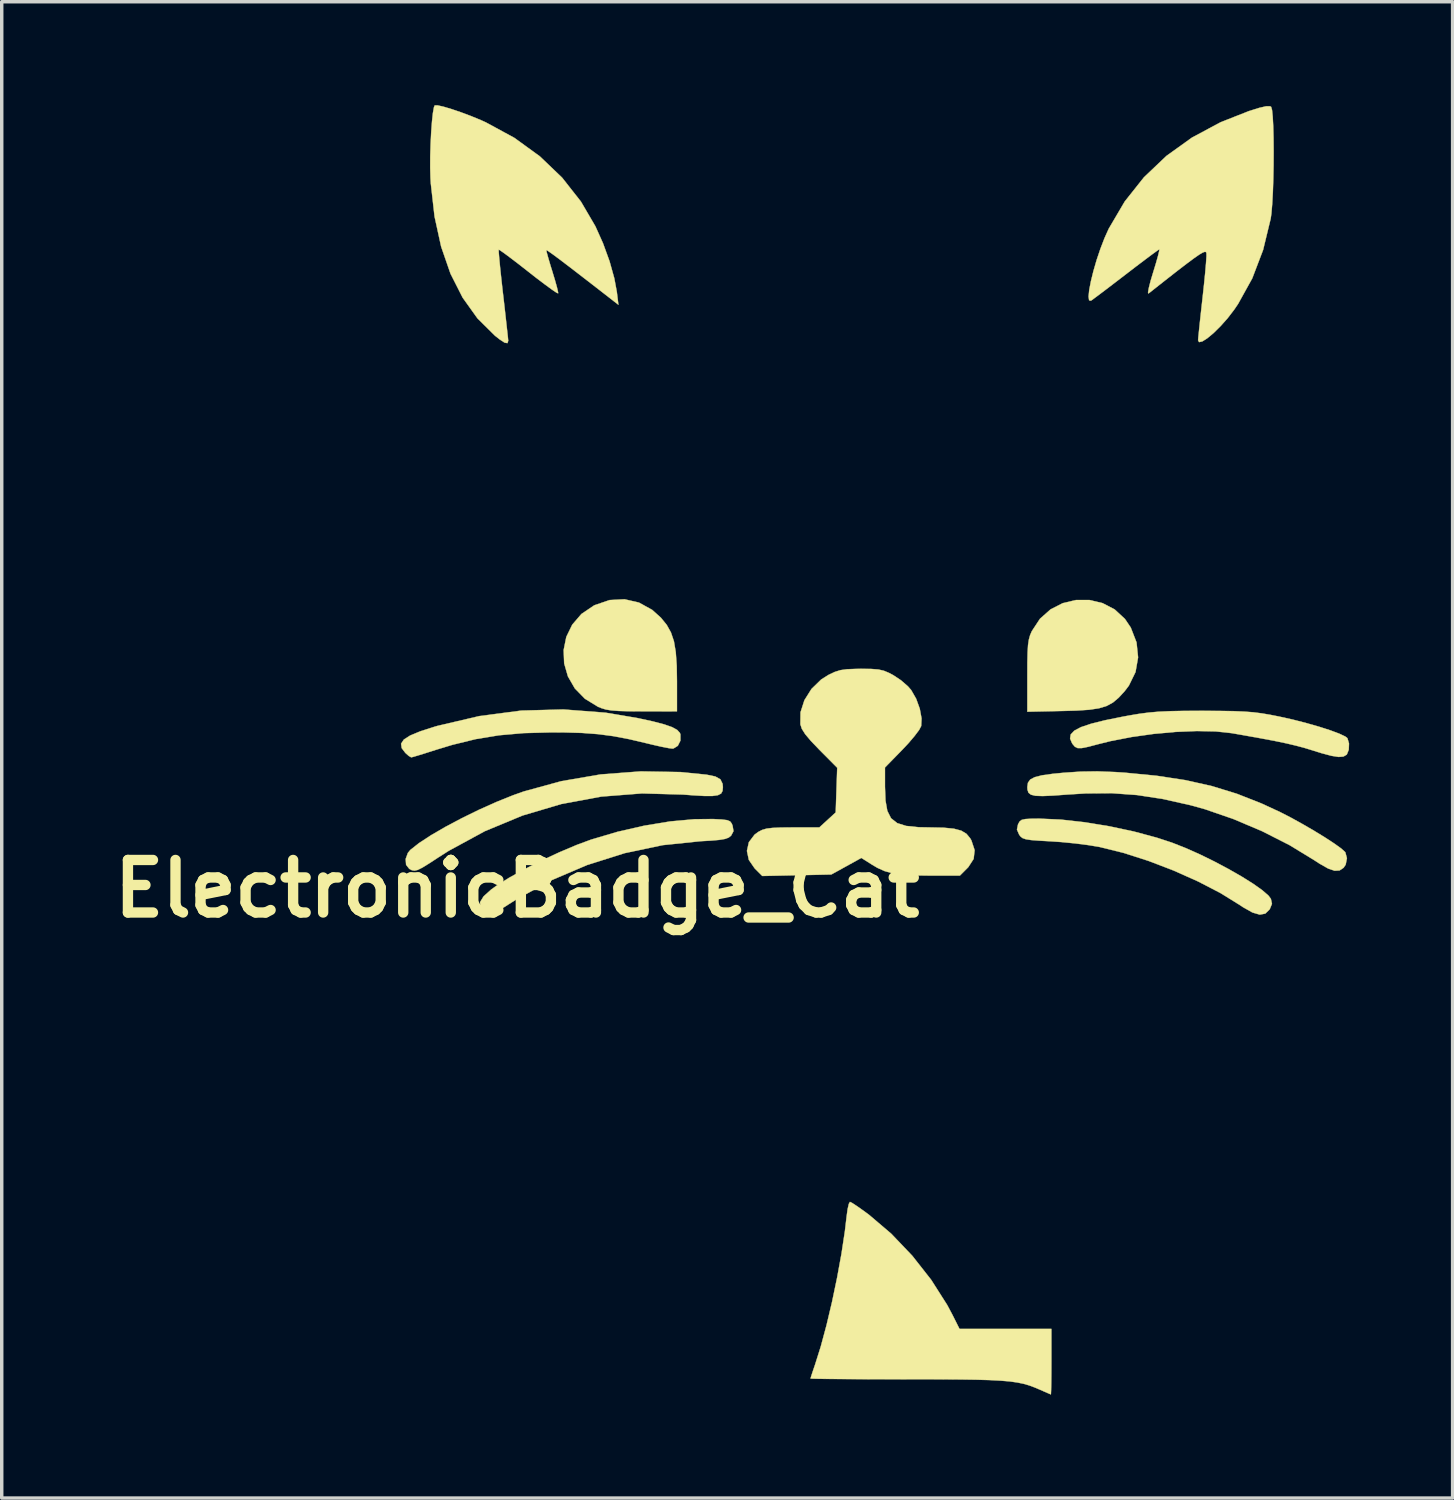
<source format=kicad_pcb>
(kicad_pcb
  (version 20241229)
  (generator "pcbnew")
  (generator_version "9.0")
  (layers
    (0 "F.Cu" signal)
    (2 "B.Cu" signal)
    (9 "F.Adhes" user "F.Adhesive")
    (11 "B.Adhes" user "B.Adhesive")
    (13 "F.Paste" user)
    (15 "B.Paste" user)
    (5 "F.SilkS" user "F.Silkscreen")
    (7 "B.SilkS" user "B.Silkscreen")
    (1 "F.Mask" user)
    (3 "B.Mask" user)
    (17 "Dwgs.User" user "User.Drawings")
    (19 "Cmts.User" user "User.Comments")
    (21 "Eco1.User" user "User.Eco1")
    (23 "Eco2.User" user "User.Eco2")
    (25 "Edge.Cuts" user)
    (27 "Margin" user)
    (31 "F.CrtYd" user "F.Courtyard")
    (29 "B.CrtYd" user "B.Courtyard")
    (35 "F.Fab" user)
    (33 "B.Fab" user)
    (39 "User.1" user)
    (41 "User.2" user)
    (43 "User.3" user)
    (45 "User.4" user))
  (footprint "ElectronicBadge_Cat"
    (layer "F.Cu")
    (at 11.945 22.722)
    (property "Reference" "ElectronicBadge_Cat" (at 0 0 0) (layer "F.SilkS") (effects (font (size 1.524 1.524) (thickness 0.3))))
    (attr through_hole)
    (fp_poly (pts (xy 3.534 -8.298) (xy 3.918 -8.086) (xy 4.171 -7.858) (xy 4.339 -7.651) (xy 4.462 -7.431) (xy 4.548 -7.176) (xy 4.601 -6.862) (xy 4.629 -6.466) (xy 4.636 -6.021) (xy 4.636 -5.144) (xy 3.635 -5.145) (xy 3.241 -5.147) (xy 2.95 -5.155) (xy 2.736 -5.171) (xy 2.575 -5.197) (xy 2.444 -5.237) (xy 2.349 -5.275) (xy 1.967 -5.509) (xy 1.674 -5.809) (xy 1.474 -6.157) (xy 1.365 -6.534) (xy 1.35 -6.922) (xy 1.427 -7.303) (xy 1.599 -7.657) (xy 1.865 -7.967) (xy 2.227 -8.212) (xy 2.251 -8.224) (xy 2.683 -8.371) (xy 3.116 -8.394) (xy 3.534 -8.298)) (stroke (width 0.01) (type solid)) (fill yes) (layer "F.SilkS"))
    (fp_poly (pts (xy 16.978 -8.282) (xy 17.328 -8.1) (xy 17.626 -7.825) (xy 17.796 -7.573) (xy 17.963 -7.143) (xy 18.008 -6.708) (xy 17.934 -6.285) (xy 17.741 -5.89) (xy 17.617 -5.727) (xy 17.445 -5.54) (xy 17.279 -5.4) (xy 17.096 -5.3) (xy 16.874 -5.233) (xy 16.589 -5.19) (xy 16.219 -5.166) (xy 15.827 -5.155) (xy 14.796 -5.133) (xy 14.796 -6.166) (xy 14.797 -6.562) (xy 14.804 -6.855) (xy 14.817 -7.069) (xy 14.841 -7.226) (xy 14.876 -7.352) (xy 14.926 -7.468) (xy 14.928 -7.472) (xy 15.164 -7.83) (xy 15.469 -8.1) (xy 15.823 -8.281) (xy 16.206 -8.372) (xy 16.598 -8.372) (xy 16.978 -8.282)) (stroke (width 0.01) (type solid)) (fill yes) (layer "F.SilkS"))
    (fp_poly (pts (xy 4.741 -3.383) (xy 5.497 -3.307) (xy 5.748 -3.255) (xy 5.895 -3.173) (xy 5.959 -3.043) (xy 5.968 -2.945) (xy 5.958 -2.837) (xy 5.916 -2.76) (xy 5.824 -2.713) (xy 5.667 -2.69) (xy 5.427 -2.69) (xy 5.089 -2.71) (xy 4.811 -2.731) (xy 3.621 -2.764) (xy 2.442 -2.672) (xy 1.284 -2.457) (xy 0.155 -2.122) (xy -0.936 -1.669) (xy -1.981 -1.101) (xy -2.272 -0.916) (xy -2.551 -0.734) (xy -2.747 -0.613) (xy -2.881 -0.546) (xy -2.975 -0.524) (xy -3.051 -0.537) (xy -3.127 -0.577) (xy -3.219 -0.694) (xy -3.231 -0.864) (xy -3.167 -1.039) (xy -3.096 -1.125) (xy -2.844 -1.324) (xy -2.495 -1.552) (xy -2.073 -1.797) (xy -1.601 -2.047) (xy -1.103 -2.291) (xy -0.6 -2.516) (xy -0.118 -2.71) (xy 0.191 -2.82) (xy 1.282 -3.119) (xy 2.423 -3.315) (xy 3.585 -3.403) (xy 4.741 -3.383)) (stroke (width 0.01) (type solid)) (fill yes) (layer "F.SilkS"))
    (fp_poly (pts (xy 5.935 -2.008) (xy 6.09 -1.989) (xy 6.177 -1.953) (xy 6.224 -1.891) (xy 6.249 -1.828) (xy 6.275 -1.67) (xy 6.209 -1.544) (xy 6.202 -1.536) (xy 6.135 -1.483) (xy 6.032 -1.445) (xy 5.868 -1.417) (xy 5.621 -1.395) (xy 5.317 -1.378) (xy 4.221 -1.264) (xy 3.12 -1.032) (xy 2.033 -0.689) (xy 0.981 -0.24) (xy -0.017 0.307) (xy -0.238 0.447) (xy -0.456 0.586) (xy -0.632 0.693) (xy -0.74 0.754) (xy -0.76 0.762) (xy -0.834 0.729) (xy -0.942 0.661) (xy -1.063 0.533) (xy -1.074 0.388) (xy -0.972 0.222) (xy -0.754 0.025) (xy -0.603 -0.084) (xy -0.237 -0.315) (xy 0.216 -0.567) (xy 0.719 -0.822) (xy 1.238 -1.063) (xy 1.736 -1.273) (xy 2.148 -1.425) (xy 2.912 -1.651) (xy 3.686 -1.828) (xy 4.44 -1.952) (xy 5.144 -2.016) (xy 5.682 -2.021) (xy 5.935 -2.008)) (stroke (width 0.01) (type solid)) (fill yes) (layer "F.SilkS"))
    (fp_poly (pts (xy 2.566 -5.105) (xy 3.493 -4.949) (xy 3.934 -4.853) (xy 4.263 -4.767) (xy 4.495 -4.686) (xy 4.642 -4.605) (xy 4.72 -4.519) (xy 4.736 -4.478) (xy 4.736 -4.296) (xy 4.661 -4.145) (xy 4.535 -4.067) (xy 4.502 -4.064) (xy 4.387 -4.079) (xy 4.183 -4.119) (xy 3.923 -4.178) (xy 3.758 -4.218) (xy 3.247 -4.338) (xy 2.79 -4.425) (xy 2.348 -4.483) (xy 1.882 -4.518) (xy 1.352 -4.533) (xy 0.984 -4.534) (xy 0.19 -4.513) (xy -0.524 -4.45) (xy -1.199 -4.339) (xy -1.877 -4.173) (xy -2.346 -4.031) (xy -2.622 -3.943) (xy -2.852 -3.871) (xy -3.011 -3.824) (xy -3.07 -3.81) (xy -3.14 -3.85) (xy -3.239 -3.937) (xy -3.346 -4.078) (xy -3.364 -4.206) (xy -3.284 -4.326) (xy -3.101 -4.443) (xy -2.807 -4.565) (xy -2.396 -4.697) (xy -2.318 -4.72) (xy -1.097 -5.006) (xy 0.122 -5.166) (xy 1.343 -5.199) (xy 2.566 -5.105)) (stroke (width 0.01) (type solid)) (fill yes) (layer "F.SilkS"))
    (fp_poly (pts (xy 15.769 -2.005) (xy 16.452 -1.929) (xy 17.17 -1.812) (xy 17.883 -1.66) (xy 18.552 -1.48) (xy 18.991 -1.336) (xy 19.382 -1.182) (xy 19.798 -0.997) (xy 20.22 -0.79) (xy 20.63 -0.572) (xy 21.011 -0.354) (xy 21.343 -0.146) (xy 21.608 0.042) (xy 21.789 0.199) (xy 21.859 0.293) (xy 21.89 0.437) (xy 21.829 0.586) (xy 21.82 0.601) (xy 21.697 0.721) (xy 21.537 0.751) (xy 21.326 0.69) (xy 21.049 0.534) (xy 20.955 0.471) (xy 20.398 0.126) (xy 19.748 -0.211) (xy 19.04 -0.527) (xy 18.307 -0.808) (xy 17.584 -1.04) (xy 16.904 -1.208) (xy 16.891 -1.211) (xy 16.575 -1.264) (xy 16.186 -1.314) (xy 15.778 -1.354) (xy 15.473 -1.375) (xy 15.136 -1.394) (xy 14.903 -1.412) (xy 14.751 -1.436) (xy 14.657 -1.469) (xy 14.597 -1.517) (xy 14.559 -1.568) (xy 14.495 -1.715) (xy 14.525 -1.861) (xy 14.531 -1.876) (xy 14.573 -1.951) (xy 14.633 -1.997) (xy 14.74 -2.021) (xy 14.921 -2.031) (xy 15.161 -2.032) (xy 15.769 -2.005)) (stroke (width 0.01) (type solid)) (fill yes) (layer "F.SilkS"))
    (fp_poly (pts (xy 17.342 -3.384) (xy 17.619 -3.366) (xy 18.547 -3.276) (xy 19.38 -3.149) (xy 20.147 -2.977) (xy 20.875 -2.753) (xy 21.593 -2.47) (xy 22.13 -2.221) (xy 22.449 -2.057) (xy 22.787 -1.87) (xy 23.122 -1.675) (xy 23.433 -1.484) (xy 23.699 -1.31) (xy 23.898 -1.167) (xy 24.009 -1.067) (xy 24.018 -1.056) (xy 24.064 -0.885) (xy 24.028 -0.699) (xy 23.967 -0.608) (xy 23.85 -0.53) (xy 23.707 -0.522) (xy 23.519 -0.586) (xy 23.266 -0.73) (xy 23.114 -0.829) (xy 22.403 -1.263) (xy 21.608 -1.667) (xy 20.773 -2.021) (xy 19.941 -2.308) (xy 19.526 -2.423) (xy 18.722 -2.603) (xy 17.978 -2.717) (xy 17.25 -2.77) (xy 16.492 -2.764) (xy 15.953 -2.731) (xy 15.543 -2.701) (xy 15.242 -2.688) (xy 15.034 -2.695) (xy 14.902 -2.727) (xy 14.829 -2.785) (xy 14.8 -2.873) (xy 14.796 -2.951) (xy 14.814 -3.073) (xy 14.88 -3.166) (xy 15.01 -3.235) (xy 15.221 -3.289) (xy 15.529 -3.332) (xy 15.845 -3.363) (xy 16.345 -3.397) (xy 16.825 -3.404) (xy 17.342 -3.384)) (stroke (width 0.01) (type solid)) (fill yes) (layer "F.SilkS"))
    (fp_poly (pts (xy 9.724 9.117) (xy 9.871 9.214) (xy 10.07 9.355) (xy 10.211 9.46) (xy 10.85 10.004) (xy 11.459 10.642) (xy 12.008 11.341) (xy 12.471 12.068) (xy 12.63 12.367) (xy 12.829 12.764) (xy 15.494 12.764) (xy 15.494 13.716) (xy 15.493 14.047) (xy 15.49 14.327) (xy 15.486 14.535) (xy 15.481 14.649) (xy 15.478 14.664) (xy 15.416 14.638) (xy 15.276 14.577) (xy 15.177 14.533) (xy 15.012 14.463) (xy 14.854 14.404) (xy 14.689 14.356) (xy 14.504 14.318) (xy 14.286 14.287) (xy 14.022 14.265) (xy 13.7 14.248) (xy 13.307 14.237) (xy 12.83 14.23) (xy 12.255 14.226) (xy 11.571 14.225) (xy 11.319 14.225) (xy 10.735 14.224) (xy 10.193 14.223) (xy 9.704 14.22) (xy 9.282 14.217) (xy 8.939 14.214) (xy 8.688 14.21) (xy 8.542 14.206) (xy 8.509 14.202) (xy 8.528 14.136) (xy 8.578 13.984) (xy 8.639 13.805) (xy 8.805 13.278) (xy 8.972 12.659) (xy 9.133 11.98) (xy 9.28 11.276) (xy 9.407 10.581) (xy 9.506 9.928) (xy 9.555 9.509) (xy 9.584 9.295) (xy 9.619 9.141) (xy 9.652 9.081) (xy 9.653 9.081) (xy 9.724 9.117)) (stroke (width 0.01) (type solid)) (fill yes) (layer "F.SilkS"))
    (fp_poly (pts (xy 19.907 -5.159) (xy 20.39 -5.156) (xy 20.773 -5.15) (xy 21.083 -5.137) (xy 21.347 -5.117) (xy 21.592 -5.086) (xy 21.845 -5.043) (xy 22.098 -4.993) (xy 22.494 -4.905) (xy 22.887 -4.804) (xy 23.258 -4.698) (xy 23.584 -4.593) (xy 23.844 -4.496) (xy 24.017 -4.414) (xy 24.078 -4.366) (xy 24.124 -4.212) (xy 24.117 -4.031) (xy 24.061 -3.893) (xy 24.054 -3.886) (xy 23.962 -3.833) (xy 23.822 -3.822) (xy 23.613 -3.855) (xy 23.318 -3.934) (xy 23.082 -4.008) (xy 22.847 -4.08) (xy 22.598 -4.147) (xy 22.316 -4.214) (xy 21.981 -4.284) (xy 21.573 -4.361) (xy 21.071 -4.451) (xy 20.721 -4.512) (xy 20.261 -4.562) (xy 19.711 -4.573) (xy 19.101 -4.548) (xy 18.461 -4.49) (xy 17.821 -4.4) (xy 17.212 -4.282) (xy 16.85 -4.192) (xy 16.565 -4.117) (xy 16.376 -4.079) (xy 16.255 -4.079) (xy 16.175 -4.118) (xy 16.109 -4.196) (xy 16.094 -4.218) (xy 16.036 -4.353) (xy 16.054 -4.473) (xy 16.157 -4.583) (xy 16.352 -4.686) (xy 16.647 -4.785) (xy 17.051 -4.886) (xy 17.571 -4.991) (xy 17.751 -5.024) (xy 18.042 -5.073) (xy 18.318 -5.109) (xy 18.605 -5.134) (xy 18.932 -5.149) (xy 19.327 -5.157) (xy 19.816 -5.159) (xy 19.907 -5.159)) (stroke (width 0.01) (type solid)) (fill yes) (layer "F.SilkS"))
    (fp_poly (pts (xy -2.137 -22.679) (xy -1.899 -22.608) (xy -1.62 -22.513) (xy -1.325 -22.402) (xy -1.04 -22.284) (xy -0.911 -22.226) (xy -0.08 -21.775) (xy 0.66 -21.238) (xy 1.305 -20.621) (xy 1.852 -19.925) (xy 2.271 -19.209) (xy 2.492 -18.716) (xy 2.68 -18.199) (xy 2.819 -17.701) (xy 2.892 -17.309) (xy 2.938 -16.934) (xy 2.406 -17.348) (xy 1.92 -17.724) (xy 1.531 -18.024) (xy 1.232 -18.251) (xy 1.021 -18.407) (xy 0.894 -18.496) (xy 0.847 -18.521) (xy 0.847 -18.521) (xy 0.858 -18.458) (xy 0.901 -18.301) (xy 0.967 -18.076) (xy 1.02 -17.906) (xy 1.098 -17.648) (xy 1.157 -17.436) (xy 1.188 -17.3) (xy 1.191 -17.265) (xy 1.139 -17.288) (xy 1.004 -17.379) (xy 0.803 -17.526) (xy 0.552 -17.716) (xy 0.33 -17.89) (xy 0.052 -18.108) (xy -0.191 -18.293) (xy -0.38 -18.434) (xy -0.5 -18.517) (xy -0.534 -18.534) (xy -0.533 -18.466) (xy -0.519 -18.292) (xy -0.494 -18.031) (xy -0.459 -17.701) (xy -0.417 -17.322) (xy -0.407 -17.24) (xy -0.362 -16.849) (xy -0.323 -16.499) (xy -0.291 -16.21) (xy -0.268 -16.003) (xy -0.258 -15.897) (xy -0.257 -15.891) (xy -0.279 -15.822) (xy -0.361 -15.835) (xy -0.513 -15.935) (xy -0.645 -16.04) (xy -1.15 -16.541) (xy -1.579 -17.141) (xy -1.931 -17.835) (xy -2.203 -18.621) (xy -2.394 -19.494) (xy -2.502 -20.45) (xy -2.512 -20.612) (xy -2.52 -20.907) (xy -2.519 -21.244) (xy -2.508 -21.596) (xy -2.491 -21.939) (xy -2.468 -22.248) (xy -2.441 -22.497) (xy -2.411 -22.663) (xy -2.389 -22.715) (xy -2.309 -22.717) (xy -2.137 -22.679)) (stroke (width 0.01) (type solid)) (fill yes) (layer "F.SilkS"))
    (fp_poly (pts (xy 10.264 -6.374) (xy 10.473 -6.358) (xy 10.634 -6.322) (xy 10.789 -6.257) (xy 10.909 -6.193) (xy 11.132 -6.045) (xy 11.337 -5.866) (xy 11.428 -5.761) (xy 11.572 -5.51) (xy 11.677 -5.22) (xy 11.729 -4.938) (xy 11.718 -4.718) (xy 11.658 -4.604) (xy 11.526 -4.429) (xy 11.345 -4.216) (xy 11.172 -4.032) (xy 10.668 -3.516) (xy 10.668 -2.958) (xy 10.683 -2.558) (xy 10.736 -2.258) (xy 10.844 -2.044) (xy 11.022 -1.903) (xy 11.283 -1.821) (xy 11.644 -1.784) (xy 11.967 -1.778) (xy 12.369 -1.77) (xy 12.666 -1.741) (xy 12.88 -1.684) (xy 13.031 -1.593) (xy 13.14 -1.461) (xy 13.175 -1.399) (xy 13.268 -1.118) (xy 13.239 -0.865) (xy 13.085 -0.627) (xy 13.056 -0.597) (xy 12.84 -0.381) (xy 11.96 -0.381) (xy 11.511 -0.387) (xy 11.162 -0.407) (xy 10.887 -0.447) (xy 10.657 -0.512) (xy 10.448 -0.606) (xy 10.278 -0.707) (xy 9.983 -0.894) (xy 9.547 -0.653) (xy 9.112 -0.413) (xy 8.111 -0.391) (xy 7.11 -0.37) (xy 6.889 -0.591) (xy 6.72 -0.836) (xy 6.665 -1.097) (xy 6.721 -1.35) (xy 6.887 -1.569) (xy 6.999 -1.651) (xy 7.107 -1.706) (xy 7.233 -1.743) (xy 7.405 -1.764) (xy 7.65 -1.775) (xy 7.986 -1.778) (xy 8.765 -1.778) (xy 9.002 -1.995) (xy 9.239 -2.213) (xy 9.261 -2.861) (xy 9.283 -3.509) (xy 8.767 -4.028) (xy 8.52 -4.286) (xy 8.355 -4.482) (xy 8.258 -4.636) (xy 8.215 -4.767) (xy 8.215 -4.768) (xy 8.219 -5.117) (xy 8.332 -5.468) (xy 8.537 -5.794) (xy 8.819 -6.068) (xy 9.032 -6.202) (xy 9.21 -6.286) (xy 9.374 -6.338) (xy 9.564 -6.365) (xy 9.823 -6.375) (xy 9.97 -6.377) (xy 10.264 -6.374)) (stroke (width 0.01) (type solid)) (fill yes) (layer "F.SilkS"))
    (fp_poly (pts (xy 21.866 -22.673) (xy 21.892 -22.584) (xy 21.912 -22.389) (xy 21.927 -22.11) (xy 21.936 -21.768) (xy 21.939 -21.384) (xy 21.937 -20.979) (xy 21.929 -20.575) (xy 21.916 -20.193) (xy 21.897 -19.854) (xy 21.874 -19.58) (xy 21.853 -19.431) (xy 21.633 -18.524) (xy 21.319 -17.701) (xy 20.91 -16.963) (xy 20.795 -16.793) (xy 20.604 -16.544) (xy 20.4 -16.315) (xy 20.2 -16.117) (xy 20.018 -15.965) (xy 19.872 -15.872) (xy 19.777 -15.851) (xy 19.748 -15.903) (xy 19.755 -15.995) (xy 19.775 -16.191) (xy 19.804 -16.469) (xy 19.841 -16.806) (xy 19.879 -17.148) (xy 19.92 -17.525) (xy 19.954 -17.864) (xy 19.978 -18.144) (xy 19.991 -18.341) (xy 19.99 -18.429) (xy 19.978 -18.462) (xy 19.945 -18.471) (xy 19.884 -18.449) (xy 19.783 -18.39) (xy 19.633 -18.286) (xy 19.424 -18.131) (xy 19.146 -17.918) (xy 18.79 -17.639) (xy 18.345 -17.288) (xy 18.308 -17.26) (xy 18.296 -17.291) (xy 18.319 -17.422) (xy 18.372 -17.631) (xy 18.444 -17.871) (xy 18.526 -18.14) (xy 18.587 -18.357) (xy 18.621 -18.499) (xy 18.624 -18.542) (xy 18.566 -18.505) (xy 18.425 -18.403) (xy 18.215 -18.246) (xy 17.954 -18.049) (xy 17.661 -17.824) (xy 17.36 -17.593) (xy 17.09 -17.387) (xy 16.868 -17.219) (xy 16.712 -17.103) (xy 16.641 -17.052) (xy 16.587 -17.063) (xy 16.572 -17.173) (xy 16.591 -17.364) (xy 16.64 -17.617) (xy 16.713 -17.913) (xy 16.806 -18.233) (xy 16.915 -18.557) (xy 17.034 -18.866) (xy 17.158 -19.142) (xy 17.16 -19.145) (xy 17.621 -19.929) (xy 18.179 -20.632) (xy 18.83 -21.251) (xy 19.573 -21.784) (xy 20.405 -22.229) (xy 21.22 -22.55) (xy 21.521 -22.644) (xy 21.721 -22.69) (xy 21.836 -22.69) (xy 21.866 -22.673)) (stroke (width 0.01) (type solid)) (fill yes) (layer "F.SilkS")))
  (gr_rect
    (start -3 -3)
    (end 39.074 40.391)
    (stroke (width 0.1) (type default))
    (fill no)
    (layer "Edge.Cuts")))
</source>
